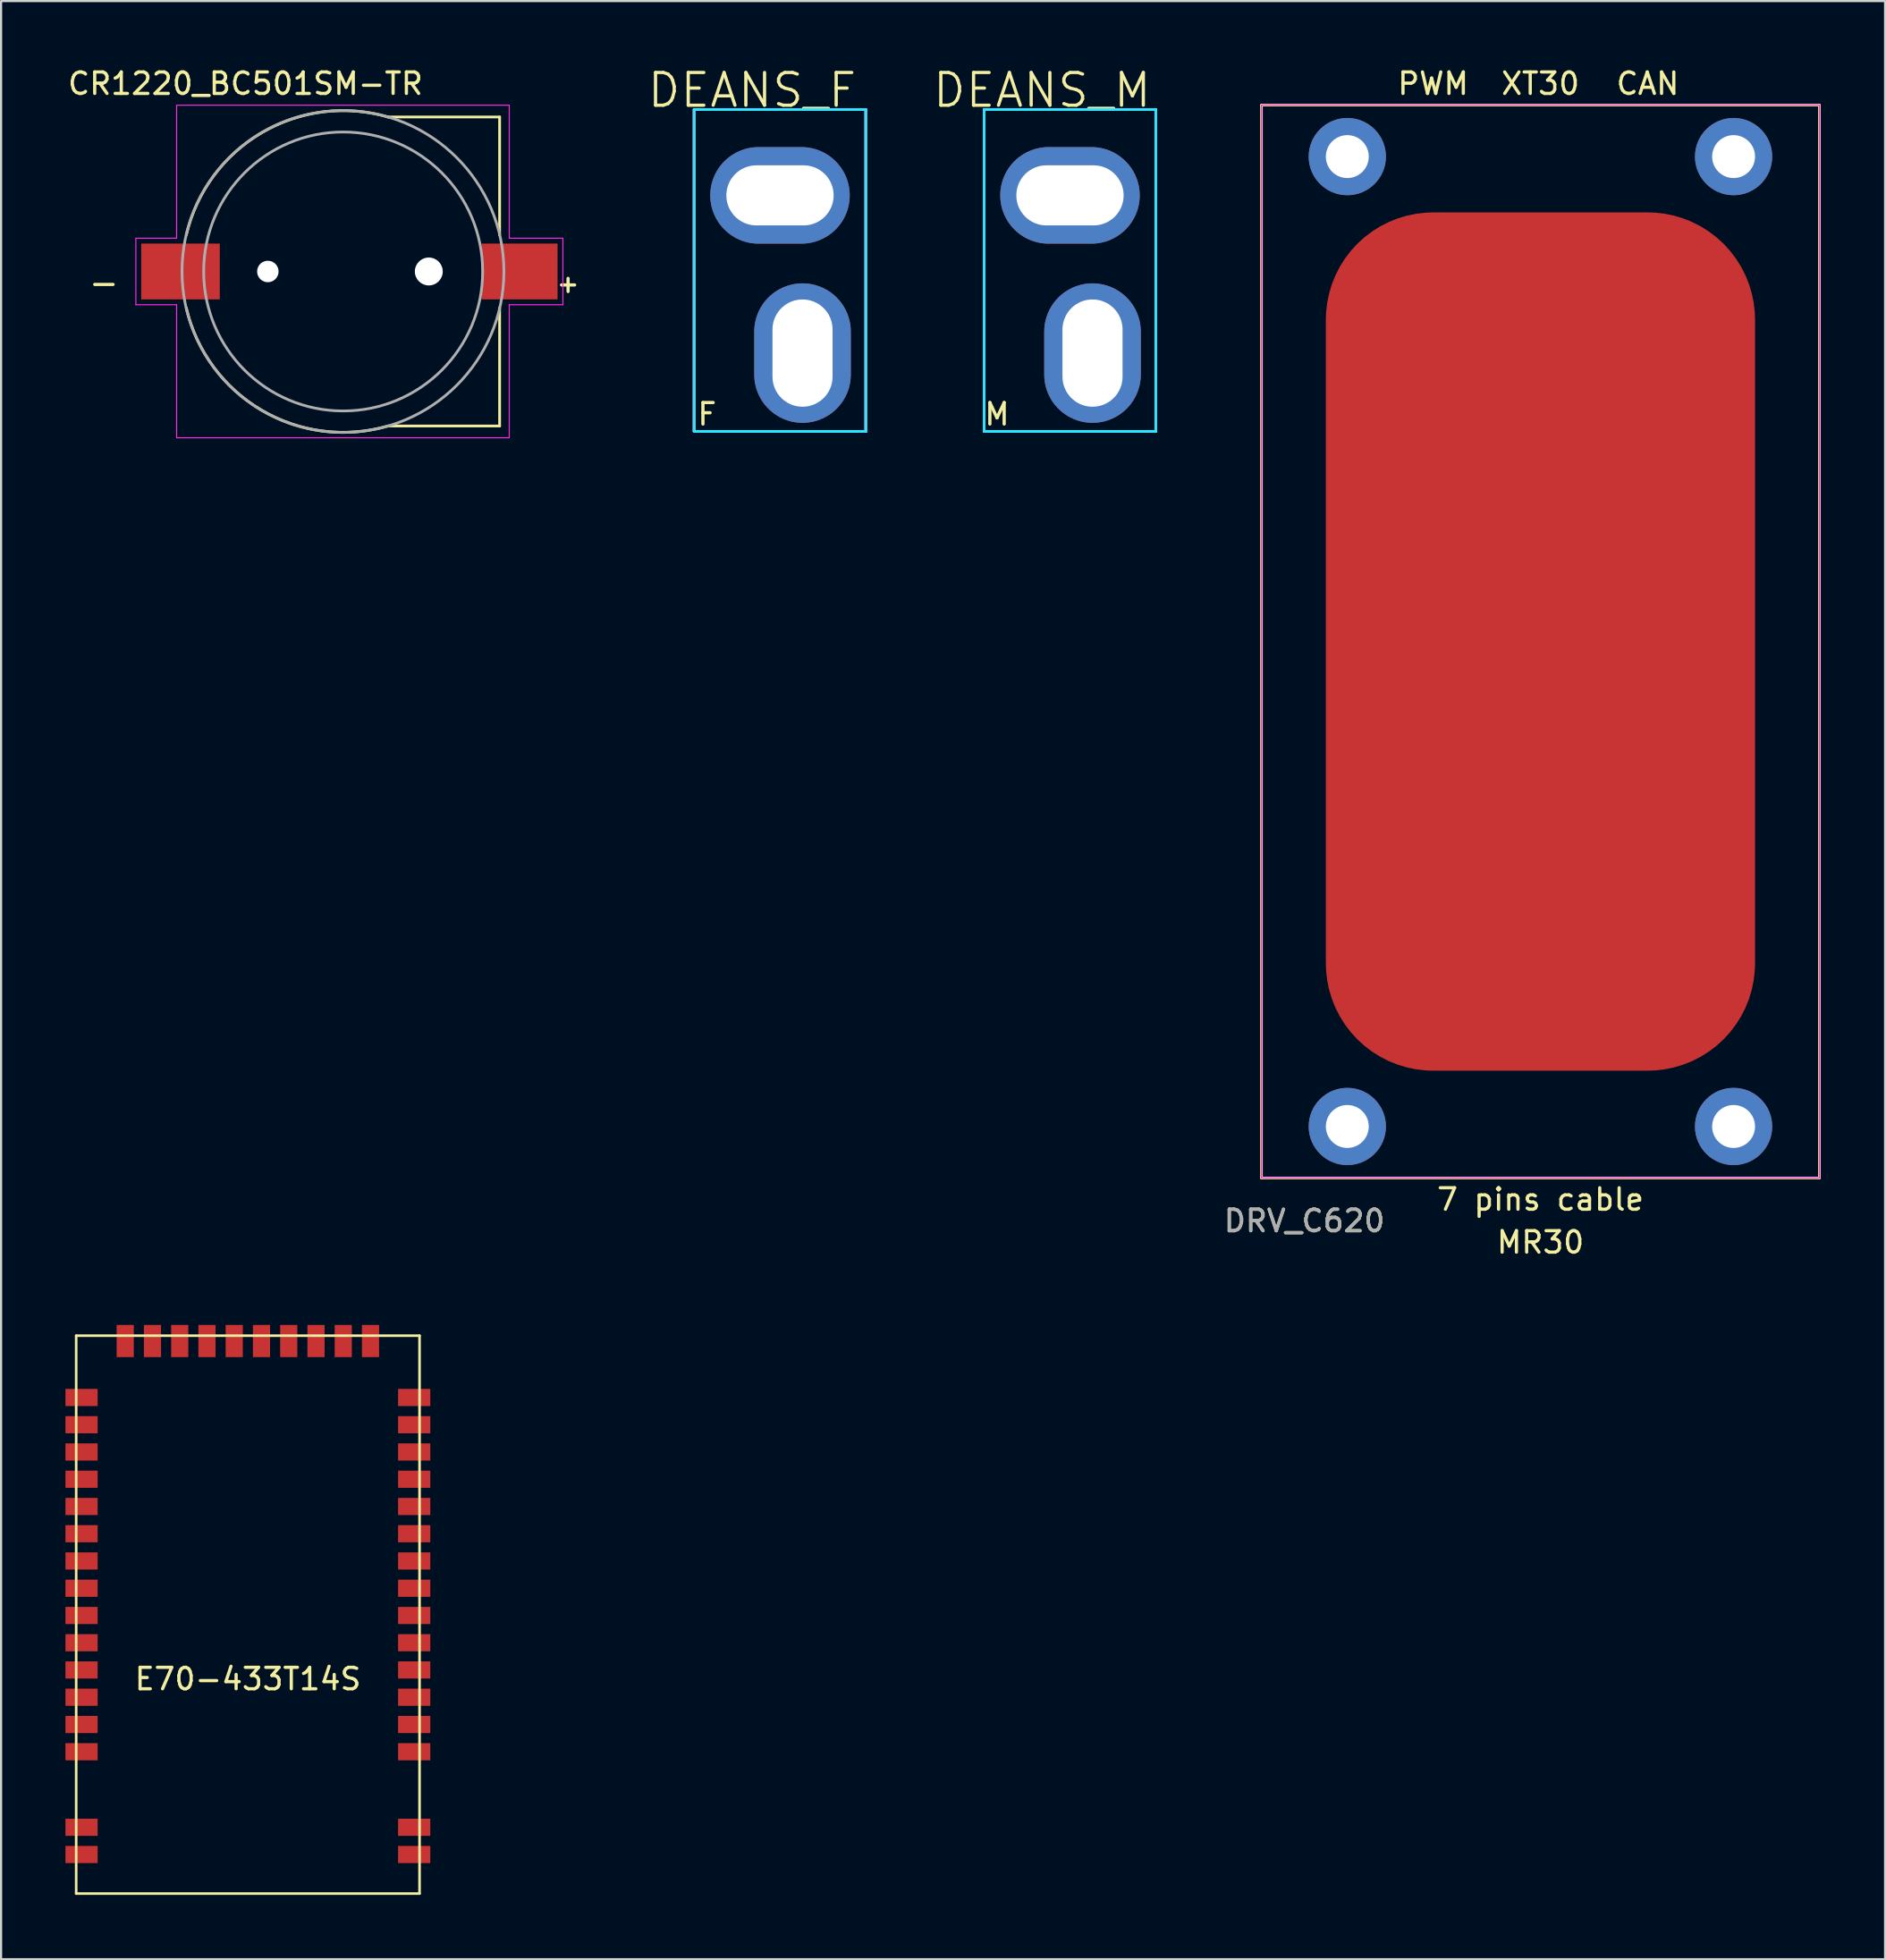
<source format=kicad_pcb>
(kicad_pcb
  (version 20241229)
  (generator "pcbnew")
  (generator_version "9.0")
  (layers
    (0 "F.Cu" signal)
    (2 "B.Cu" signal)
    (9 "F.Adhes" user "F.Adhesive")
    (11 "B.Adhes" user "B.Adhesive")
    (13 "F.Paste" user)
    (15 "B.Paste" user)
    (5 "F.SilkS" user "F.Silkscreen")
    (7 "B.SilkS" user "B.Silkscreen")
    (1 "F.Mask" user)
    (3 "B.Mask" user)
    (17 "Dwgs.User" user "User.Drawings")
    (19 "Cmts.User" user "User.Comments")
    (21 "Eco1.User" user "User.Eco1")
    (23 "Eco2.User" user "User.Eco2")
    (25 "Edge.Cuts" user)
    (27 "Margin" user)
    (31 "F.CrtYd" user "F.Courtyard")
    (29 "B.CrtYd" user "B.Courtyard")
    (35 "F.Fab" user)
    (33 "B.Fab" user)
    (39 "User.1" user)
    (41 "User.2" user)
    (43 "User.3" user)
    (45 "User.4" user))
  (footprint "DEANS_M"
    (layer "F.Cu")
    (at 46.809 6.055)
    (property "Reference" "DEANS_M" (at -1.3 -4.9 0) (layer "F.SilkS") (effects (font (size 1.524 1.524) (thickness 0.15))))
    (attr exclude_from_pos_files exclude_from_bom)
    (fp_line (start -4 -4) (end -4 11) (stroke (width 0.12) (type solid)) (layer "F.SilkS"))
    (fp_line (start -4 -4) (end 4 -4) (stroke (width 0.12) (type solid)) (layer "F.SilkS"))
    (fp_line (start -4 11) (end 4 11) (stroke (width 0.12) (type solid)) (layer "F.SilkS"))
    (fp_line (start 4 11) (end 4 -4) (stroke (width 0.12) (type solid)) (layer "F.SilkS"))
    (fp_line (start -4 -4) (end 4 -4) (stroke (width 0.12) (type solid)) (layer "B.SilkS"))
    (fp_line (start -4 11) (end -4 -4) (stroke (width 0.12) (type solid)) (layer "B.SilkS"))
    (fp_line (start 4 -4) (end 4 11) (stroke (width 0.12) (type solid)) (layer "B.SilkS"))
    (fp_line (start 4 11) (end -4 11) (stroke (width 0.12) (type solid)) (layer "B.SilkS"))
    (fp_line (start -4 -4) (end 4 -4) (stroke (width 0.12) (type solid)) (layer "B.CrtYd"))
    (fp_line (start -4 11) (end -4 -4) (stroke (width 0.12) (type solid)) (layer "B.CrtYd"))
    (fp_line (start 4 -4) (end 4 11) (stroke (width 0.12) (type solid)) (layer "B.CrtYd"))
    (fp_line (start 4 11) (end -4 11) (stroke (width 0.12) (type solid)) (layer "B.CrtYd"))
    (fp_line (start -4 -4) (end 4 -4) (stroke (width 0.12) (type solid)) (layer "F.CrtYd"))
    (fp_line (start -4 11) (end -4 -4) (stroke (width 0.12) (type solid)) (layer "F.CrtYd"))
    (fp_line (start 4 -4) (end 4 11) (stroke (width 0.12) (type solid)) (layer "F.CrtYd"))
    (fp_line (start 4 11) (end -4 11) (stroke (width 0.12) (type solid)) (layer "F.CrtYd"))
    (fp_text user "M" (at -3.4 10.2 0) (layer "F.SilkS") (effects (font (size 1 1) (thickness 0.15))))
    (pad "+" thru_hole oval (at 0 0 90) (size 4.5 6.5) (drill oval 2.8 5) (layers "*.Cu" "*.Mask"))
    (pad "-" thru_hole oval (at 1.05 7.35 180) (size 4.5 6.5) (drill oval 2.8 5) (layers "*.Cu" "*.Mask")))
  (footprint "DEANS_F"
    (layer "F.Cu")
    (at 33.296 6.055)
    (property "Reference" "DEANS_F" (at -1.3 -4.9 0) (layer "F.SilkS") (effects (font (size 1.524 1.524) (thickness 0.15))))
    (attr exclude_from_pos_files exclude_from_bom)
    (fp_line (start -4 -4) (end -4 11) (stroke (width 0.12) (type solid)) (layer "F.SilkS"))
    (fp_line (start -4 -4) (end 4 -4) (stroke (width 0.12) (type solid)) (layer "F.SilkS"))
    (fp_line (start -4 11) (end 4 11) (stroke (width 0.12) (type solid)) (layer "F.SilkS"))
    (fp_line (start 4 11) (end 4 -4) (stroke (width 0.12) (type solid)) (layer "F.SilkS"))
    (fp_line (start -4 -4) (end 4 -4) (stroke (width 0.12) (type solid)) (layer "B.SilkS"))
    (fp_line (start -4 11) (end -4 -4) (stroke (width 0.12) (type solid)) (layer "B.SilkS"))
    (fp_line (start 4 -4) (end 4 11) (stroke (width 0.12) (type solid)) (layer "B.SilkS"))
    (fp_line (start 4 11) (end -4 11) (stroke (width 0.12) (type solid)) (layer "B.SilkS"))
    (fp_line (start -4 -4) (end 4 -4) (stroke (width 0.12) (type solid)) (layer "B.CrtYd"))
    (fp_line (start -4 11) (end -4 -4) (stroke (width 0.12) (type solid)) (layer "B.CrtYd"))
    (fp_line (start 4 -4) (end 4 11) (stroke (width 0.12) (type solid)) (layer "B.CrtYd"))
    (fp_line (start 4 11) (end -4 11) (stroke (width 0.12) (type solid)) (layer "B.CrtYd"))
    (fp_line (start -4 -4) (end 4 -4) (stroke (width 0.12) (type solid)) (layer "F.CrtYd"))
    (fp_line (start -4 11) (end -4 -4) (stroke (width 0.12) (type solid)) (layer "F.CrtYd"))
    (fp_line (start 4 -4) (end 4 11) (stroke (width 0.12) (type solid)) (layer "F.CrtYd"))
    (fp_line (start 4 11) (end -4 11) (stroke (width 0.12) (type solid)) (layer "F.CrtYd"))
    (fp_text user "F" (at -3.4 10.2 0) (layer "F.SilkS") (effects (font (size 1 1) (thickness 0.15))))
    (pad "+" thru_hole oval (at 0 0 90) (size 4.5 6.5) (drill oval 2.8 5) (layers "*.Cu" "*.Mask"))
    (pad "-" thru_hole oval (at 1.05 7.35 180) (size 4.5 6.5) (drill oval 2.8 5) (layers "*.Cu" "*.Mask")))
  (footprint "E70-433T14S"
    (layer "F.Cu")
    (at 8.5 72.197)
    (property "Reference" "E70-433T14S" (at 0 3 0) (layer "F.SilkS") (effects (font (size 1 1) (thickness 0.15))))
    (attr through_hole)
    (fp_line (start -8 -13) (end 8 -13) (stroke (width 0.12) (type solid)) (layer "F.SilkS"))
    (fp_line (start -8 13) (end -8 -13) (stroke (width 0.12) (type solid)) (layer "F.SilkS"))
    (fp_line (start 8 -13) (end 8 13) (stroke (width 0.12) (type solid)) (layer "F.SilkS"))
    (fp_line (start 8 13) (end -8 13) (stroke (width 0.12) (type solid)) (layer "F.SilkS"))
    (pad "1" smd rect (at 7.75 11.18) (size 1.5 0.8) (layers "F.Cu" "F.Mask" "F.Paste"))
    (pad "2" smd rect (at 7.75 9.91) (size 1.5 0.8) (layers "F.Cu" "F.Mask" "F.Paste"))
    (pad "3" smd rect (at 7.75 6.39) (size 1.5 0.8) (layers "F.Cu" "F.Mask" "F.Paste"))
    (pad "4" smd rect (at 7.75 5.12) (size 1.5 0.8) (layers "F.Cu" "F.Mask" "F.Paste"))
    (pad "5" smd rect (at 7.75 3.85) (size 1.5 0.8) (layers "F.Cu" "F.Mask" "F.Paste"))
    (pad "6" smd rect (at 7.75 2.58) (size 1.5 0.8) (layers "F.Cu" "F.Mask" "F.Paste"))
    (pad "7" smd rect (at 7.75 1.31) (size 1.5 0.8) (layers "F.Cu" "F.Mask" "F.Paste"))
    (pad "8" smd rect (at 7.75 0.04) (size 1.5 0.8) (layers "F.Cu" "F.Mask" "F.Paste"))
    (pad "9" smd rect (at 7.75 -1.23) (size 1.5 0.8) (layers "F.Cu" "F.Mask" "F.Paste"))
    (pad "10" smd rect (at 7.75 -2.5) (size 1.5 0.8) (layers "F.Cu" "F.Mask" "F.Paste"))
    (pad "11" smd rect (at 7.75 -3.77) (size 1.5 0.8) (layers "F.Cu" "F.Mask" "F.Paste"))
    (pad "12" smd rect (at 7.75 -5.04) (size 1.5 0.8) (layers "F.Cu" "F.Mask" "F.Paste"))
    (pad "13" smd rect (at 7.75 -6.31) (size 1.5 0.8) (layers "F.Cu" "F.Mask" "F.Paste"))
    (pad "14" smd rect (at 7.75 -7.58) (size 1.5 0.8) (layers "F.Cu" "F.Mask" "F.Paste"))
    (pad "15" smd rect (at 7.75 -8.85) (size 1.5 0.8) (layers "F.Cu" "F.Mask" "F.Paste"))
    (pad "16" smd rect (at 7.75 -10.12) (size 1.5 0.8) (layers "F.Cu" "F.Mask" "F.Paste"))
    (pad "17" smd rect (at 5.715 -12.75) (size 0.8 1.5) (layers "F.Cu" "F.Mask" "F.Paste"))
    (pad "18" smd rect (at 4.445 -12.75) (size 0.8 1.5) (layers "F.Cu" "F.Mask" "F.Paste"))
    (pad "19" smd rect (at 3.175 -12.75) (size 0.8 1.5) (layers "F.Cu" "F.Mask" "F.Paste"))
    (pad "20" smd rect (at 1.905 -12.75) (size 0.8 1.5) (layers "F.Cu" "F.Mask" "F.Paste"))
    (pad "21" smd rect (at 0.635 -12.75) (size 0.8 1.5) (layers "F.Cu" "F.Mask" "F.Paste"))
    (pad "22" smd rect (at -0.635 -12.75) (size 0.8 1.5) (layers "F.Cu" "F.Mask" "F.Paste"))
    (pad "23" smd rect (at -1.905 -12.75) (size 0.8 1.5) (layers "F.Cu" "F.Mask" "F.Paste"))
    (pad "24" smd rect (at -3.175 -12.75) (size 0.8 1.5) (layers "F.Cu" "F.Mask" "F.Paste"))
    (pad "25" smd rect (at -4.445 -12.75) (size 0.8 1.5) (layers "F.Cu" "F.Mask" "F.Paste"))
    (pad "26" smd rect (at -5.715 -12.75) (size 0.8 1.5) (layers "F.Cu" "F.Mask" "F.Paste"))
    (pad "27" smd rect (at -7.75 -10.12) (size 1.5 0.8) (layers "F.Cu" "F.Mask" "F.Paste"))
    (pad "28" smd rect (at -7.75 -8.85) (size 1.5 0.8) (layers "F.Cu" "F.Mask" "F.Paste"))
    (pad "29" smd rect (at -7.75 -7.58) (size 1.5 0.8) (layers "F.Cu" "F.Mask" "F.Paste"))
    (pad "30" smd rect (at -7.75 -6.31) (size 1.5 0.8) (layers "F.Cu" "F.Mask" "F.Paste"))
    (pad "31" smd rect (at -7.75 -5.04) (size 1.5 0.8) (layers "F.Cu" "F.Mask" "F.Paste"))
    (pad "32" smd rect (at -7.75 -3.77) (size 1.5 0.8) (layers "F.Cu" "F.Mask" "F.Paste"))
    (pad "33" smd rect (at -7.75 -2.5) (size 1.5 0.8) (layers "F.Cu" "F.Mask" "F.Paste"))
    (pad "34" smd rect (at -7.75 -1.23) (size 1.5 0.8) (layers "F.Cu" "F.Mask" "F.Paste"))
    (pad "35" smd rect (at -7.75 0.04) (size 1.5 0.8) (layers "F.Cu" "F.Mask" "F.Paste"))
    (pad "36" smd rect (at -7.75 1.31) (size 1.5 0.8) (layers "F.Cu" "F.Mask" "F.Paste"))
    (pad "37" smd rect (at -7.75 2.58) (size 1.5 0.8) (layers "F.Cu" "F.Mask" "F.Paste"))
    (pad "38" smd rect (at -7.75 3.85) (size 1.5 0.8) (layers "F.Cu" "F.Mask" "F.Paste"))
    (pad "39" smd rect (at -7.75 5.12) (size 1.5 0.8) (layers "F.Cu" "F.Mask" "F.Paste"))
    (pad "40" smd rect (at -7.75 6.39) (size 1.5 0.8) (layers "F.Cu" "F.Mask" "F.Paste"))
    (pad "41" smd rect (at -7.75 9.91) (size 1.5 0.8) (layers "F.Cu" "F.Mask" "F.Paste"))
    (pad "42" smd rect (at -7.75 11.18) (size 1.5 0.8) (layers "F.Cu" "F.Mask" "F.Paste")))
  (footprint "DRV_C620"
    (layer "F.Cu")
    (at 68.732 26.848)
    (property "Reference" "DRV_C620" (at -11 27 0) (unlocked yes) (layer "F.SilkS") (effects (font (size 1 1) (thickness 0.15))))
    (attr through_hole)
    (fp_line (start -13 -25) (end 13 -25) (stroke (width 0.12) (type solid)) (layer "F.SilkS"))
    (fp_line (start -13 25) (end -13 -25) (stroke (width 0.12) (type solid)) (layer "F.SilkS"))
    (fp_line (start 13 -25) (end 13 25) (stroke (width 0.12) (type solid)) (layer "F.SilkS"))
    (fp_line (start 13 25) (end -13 25) (stroke (width 0.12) (type solid)) (layer "F.SilkS"))
    (fp_line (start -13 -25) (end -13 25) (stroke (width 0.05) (type solid)) (layer "F.CrtYd"))
    (fp_line (start -13 -25) (end 13 -25) (stroke (width 0.05) (type solid)) (layer "F.CrtYd"))
    (fp_line (start -13 25) (end 13 25) (stroke (width 0.05) (type solid)) (layer "F.CrtYd"))
    (fp_line (start 13 -25) (end 13 25) (stroke (width 0.05) (type solid)) (layer "F.CrtYd"))
    (fp_text user "PWM" (at -5 -26 0) (unlocked yes) (layer "F.SilkS") (effects (font (size 1 1) (thickness 0.15))))
    (fp_text user "7 pins cable" (at 0 26 0) (unlocked yes) (layer "F.SilkS") (effects (font (size 1 1) (thickness 0.15))))
    (fp_text user "MR30" (at 0 28 0) (unlocked yes) (layer "F.SilkS") (effects (font (size 1 1) (thickness 0.15))))
    (fp_text user "CAN" (at 5 -26 0) (unlocked yes) (layer "F.SilkS") (effects (font (size 1 1) (thickness 0.15))))
    (fp_text user "XT30" (at 0 -26 0) (unlocked yes) (layer "F.SilkS") (effects (font (size 1 1) (thickness 0.15))))
    (fp_text user "${REFERENCE}" (at -11 27 0) (unlocked yes) (layer "F.Fab") (effects (font (size 1 1) (thickness 0.15))))
    (pad "" thru_hole circle (at -9 -22.6) (size 3.6 3.6) (drill 2) (layers "*.Mask"))
    (pad "" thru_hole circle (at -9 22.6) (size 3.6 3.6) (drill 2) (layers "*.Mask"))
    (pad "" thru_hole circle (at 9 -22.6) (size 3.6 3.6) (drill 2) (layers "*.Mask"))
    (pad "" thru_hole circle (at 9 22.6) (size 3.6 3.6) (drill 2) (layers "*.Mask"))
    (pad "0" smd roundrect (at 0 0) (size 20 40) (layers "F.Cu" "F.Mask" "F.Paste") (roundrect_rratio 0.25)))
  (footprint "CR1220_BC501SM-TR"
    (layer "F.Cu")
    (at 12.931 9.602)
    (property "Reference" "CR1220_BC501SM-TR" (at -4.544 -8.754 0) (layer "F.SilkS") (effects (font (size 1 1) (thickness 0.15))))
    (attr through_hole)
    (fp_line (start 2.1 -7.2) (end 7.3 -7.2) (stroke (width 0.127) (type solid)) (layer "F.SilkS"))
    (fp_line (start 2.1 7.2) (end 7.3 7.2) (stroke (width 0.127) (type solid)) (layer "F.SilkS"))
    (fp_line (start 7.3 -1.7) (end 7.3 -7.2) (stroke (width 0.127) (type solid)) (layer "F.SilkS"))
    (fp_line (start 7.3 1.7) (end 7.3 7.2) (stroke (width 0.127) (type solid)) (layer "F.SilkS"))
    (fp_arc (start -7.299999 -1.7) (mid -3.781493 -6.469279) (end 2.1 -7.2) (stroke (width 0.127) (type solid)) (layer "F.SilkS"))
    (fp_arc (start 2.1 7.200001) (mid -3.781493 6.46928) (end -7.3 1.7) (stroke (width 0.127) (type solid)) (layer "F.SilkS"))
    (fp_line (start -9.65 -1.55) (end -7.75 -1.55) (stroke (width 0.05) (type solid)) (layer "F.CrtYd"))
    (fp_line (start -9.65 1.55) (end -9.65 -1.55) (stroke (width 0.05) (type solid)) (layer "F.CrtYd"))
    (fp_line (start -7.75 -7.75) (end 7.75 -7.75) (stroke (width 0.05) (type solid)) (layer "F.CrtYd"))
    (fp_line (start -7.75 -1.55) (end -7.75 -7.75) (stroke (width 0.05) (type solid)) (layer "F.CrtYd"))
    (fp_line (start -7.75 1.55) (end -9.65 1.55) (stroke (width 0.05) (type solid)) (layer "F.CrtYd"))
    (fp_line (start -7.75 7.75) (end -7.75 1.55) (stroke (width 0.05) (type solid)) (layer "F.CrtYd"))
    (fp_line (start 7.75 -7.75) (end 7.75 -1.55) (stroke (width 0.05) (type solid)) (layer "F.CrtYd"))
    (fp_line (start 7.75 -1.55) (end 10.25 -1.55) (stroke (width 0.05) (type solid)) (layer "F.CrtYd"))
    (fp_line (start 7.75 1.55) (end 7.75 7.75) (stroke (width 0.05) (type solid)) (layer "F.CrtYd"))
    (fp_line (start 7.75 7.75) (end -7.75 7.75) (stroke (width 0.05) (type solid)) (layer "F.CrtYd"))
    (fp_line (start 10.25 -1.55) (end 10.25 1.55) (stroke (width 0.05) (type solid)) (layer "F.CrtYd"))
    (fp_line (start 10.25 1.55) (end 7.75 1.55) (stroke (width 0.05) (type solid)) (layer "F.CrtYd"))
    (fp_circle (center 0 0) (end 7.5 0) (stroke (width 0.127) (type solid)) (fill no) (layer "F.Fab"))
    (fp_circle (center 0.01 0) (end 6.51 0) (stroke (width 0.127) (type solid)) (fill no) (layer "F.Fab"))
    (fp_text user "-" (at -11.14 0.52 0) (layer "F.SilkS") (effects (font (size 1.12 1.12) (thickness 0.15))))
    (fp_text user "+" (at 10.49 0.57 0) (layer "F.SilkS") (effects (font (size 0.8 0.8) (thickness 0.15))))
    (pad "" np_thru_hole circle (at -3.5 0) (size 1 1) (drill 1) (layers "*.Cu" "*.Mask"))
    (pad "" np_thru_hole circle (at 4 0) (size 1.3 1.3) (drill 1.3) (layers "*.Cu" "*.Mask"))
    (pad "1" smd rect (at 8.23 0) (size 3.54 2.6) (layers "F.Cu" "F.Mask" "F.Paste"))
    (pad "2" smd rect (at -7.57 0) (size 3.66 2.6) (layers "F.Cu" "F.Mask" "F.Paste")))
  (gr_rect
    (start -3 -3)
    (end 84.792 88.257)
    (stroke (width 0.1) (type default))
    (fill no)
    (layer "Edge.Cuts")))
</source>
